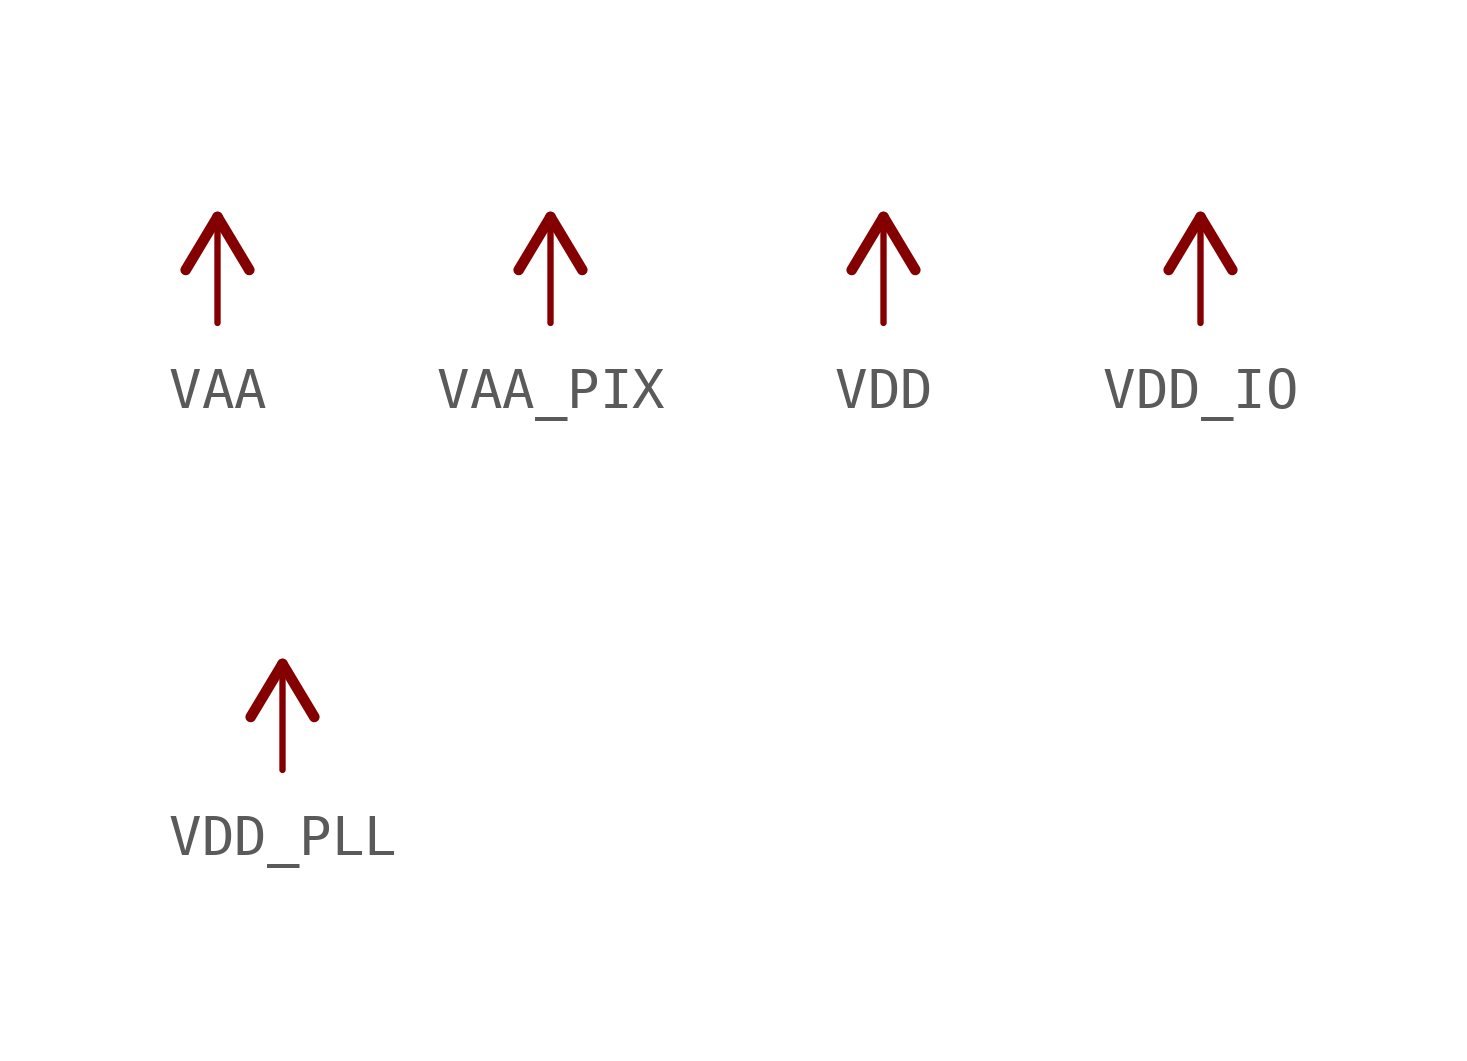
<source format=kicad_sym>
(kicad_symbol_lib
  (version 20241209)
  (generator "kicad_symbol_editor")
  (generator_version "9.0")
  (symbol "VAA"
    (power)
    (property "Reference" ""
      (at 0 0 0)
      (effects (font (size 1.27 1.27)) (hide yes)))
    (property "Value" ""
      (at 0 0.254 0)
      (effects (font (size 1.778 1.511)) (justify bottom)))
    (property "ki_locked" ""
      (at 0 0 0)
      (effects (font (size 1.27 1.27))))
    (symbol "VAA_1_0"
      (polyline (pts (xy 0 0) (xy -0.762 -1.27)) (stroke (width 0.254) (type solid)) (fill (type none)))
      (polyline (pts (xy 0.762 -1.27) (xy 0 0)) (stroke (width 0.254) (type solid)) (fill (type none)))
      (pin power_in line (at 0 -2.54 90) (length 2.54) (name "VAA" (effects (font (size 0 0)))) (number "1" (effects (font (size 0 0)))))))
  (symbol "VAA_PIX"
    (power)
    (property "Reference" "#VBUS"
      (at 0 0 0)
      (effects (font (size 1.27 1.27)) (hide yes)))
    (property "Value" ""
      (at 0 0.254 0)
      (effects (font (size 1.778 1.511)) (justify bottom)))
    (property "ki_locked" ""
      (at 0 0 0)
      (effects (font (size 1.27 1.27))))
    (symbol "VAA_PIX_1_0"
      (polyline (pts (xy 0 0) (xy -0.762 -1.27)) (stroke (width 0.254) (type solid)) (fill (type none)))
      (polyline (pts (xy 0.762 -1.27) (xy 0 0)) (stroke (width 0.254) (type solid)) (fill (type none)))
      (pin power_in line (at 0 -2.54 90) (length 2.54) (name "VAA_PIX" (effects (font (size 0 0)))) (number "1" (effects (font (size 0 0)))))))
  (symbol "VDD"
    (power)
    (property "Reference" "#VBUS"
      (at 0 0 0)
      (effects (font (size 1.27 1.27)) (hide yes)))
    (property "Value" ""
      (at 0 0.254 0)
      (effects (font (size 1.778 1.511)) (justify bottom)))
    (property "ki_locked" ""
      (at 0 0 0)
      (effects (font (size 1.27 1.27))))
    (symbol "VDD_1_0"
      (polyline (pts (xy 0 0) (xy -0.762 -1.27)) (stroke (width 0.254) (type solid)) (fill (type none)))
      (polyline (pts (xy 0.762 -1.27) (xy 0 0)) (stroke (width 0.254) (type solid)) (fill (type none)))
      (pin power_in line (at 0 -2.54 90) (length 2.54) (name "VDD" (effects (font (size 0 0)))) (number "1" (effects (font (size 0 0)))))))
  (symbol "VDD_IO"
    (power)
    (property "Reference" "#VBUS"
      (at 0 0 0)
      (effects (font (size 1.27 1.27)) (hide yes)))
    (property "Value" ""
      (at 0 0.254 0)
      (effects (font (size 1.778 1.511)) (justify bottom)))
    (property "ki_locked" ""
      (at 0 0 0)
      (effects (font (size 1.27 1.27))))
    (symbol "VDD_IO_1_0"
      (polyline (pts (xy 0 0) (xy -0.762 -1.27)) (stroke (width 0.254) (type solid)) (fill (type none)))
      (polyline (pts (xy 0.762 -1.27) (xy 0 0)) (stroke (width 0.254) (type solid)) (fill (type none)))
      (pin power_in line (at 0 -2.54 90) (length 2.54) (name "VDD_IO" (effects (font (size 0 0)))) (number "1" (effects (font (size 0 0)))))))
  (symbol "VDD_PLL"
    (power)
    (property "Reference" "#VBUS"
      (at 0 0 0)
      (effects (font (size 1.27 1.27)) (hide yes)))
    (property "Value" ""
      (at 0 0.254 0)
      (effects (font (size 1.778 1.511)) (justify bottom)))
    (property "ki_locked" ""
      (at 0 0 0)
      (effects (font (size 1.27 1.27))))
    (symbol "VDD_PLL_1_0"
      (polyline (pts (xy 0 0) (xy -0.762 -1.27)) (stroke (width 0.254) (type solid)) (fill (type none)))
      (polyline (pts (xy 0.762 -1.27) (xy 0 0)) (stroke (width 0.254) (type solid)) (fill (type none)))
      (pin power_in line (at 0 -2.54 90) (length 2.54) (name "VDD_PLL" (effects (font (size 0 0)))) (number "1" (effects (font (size 0 0))))))))
</source>
